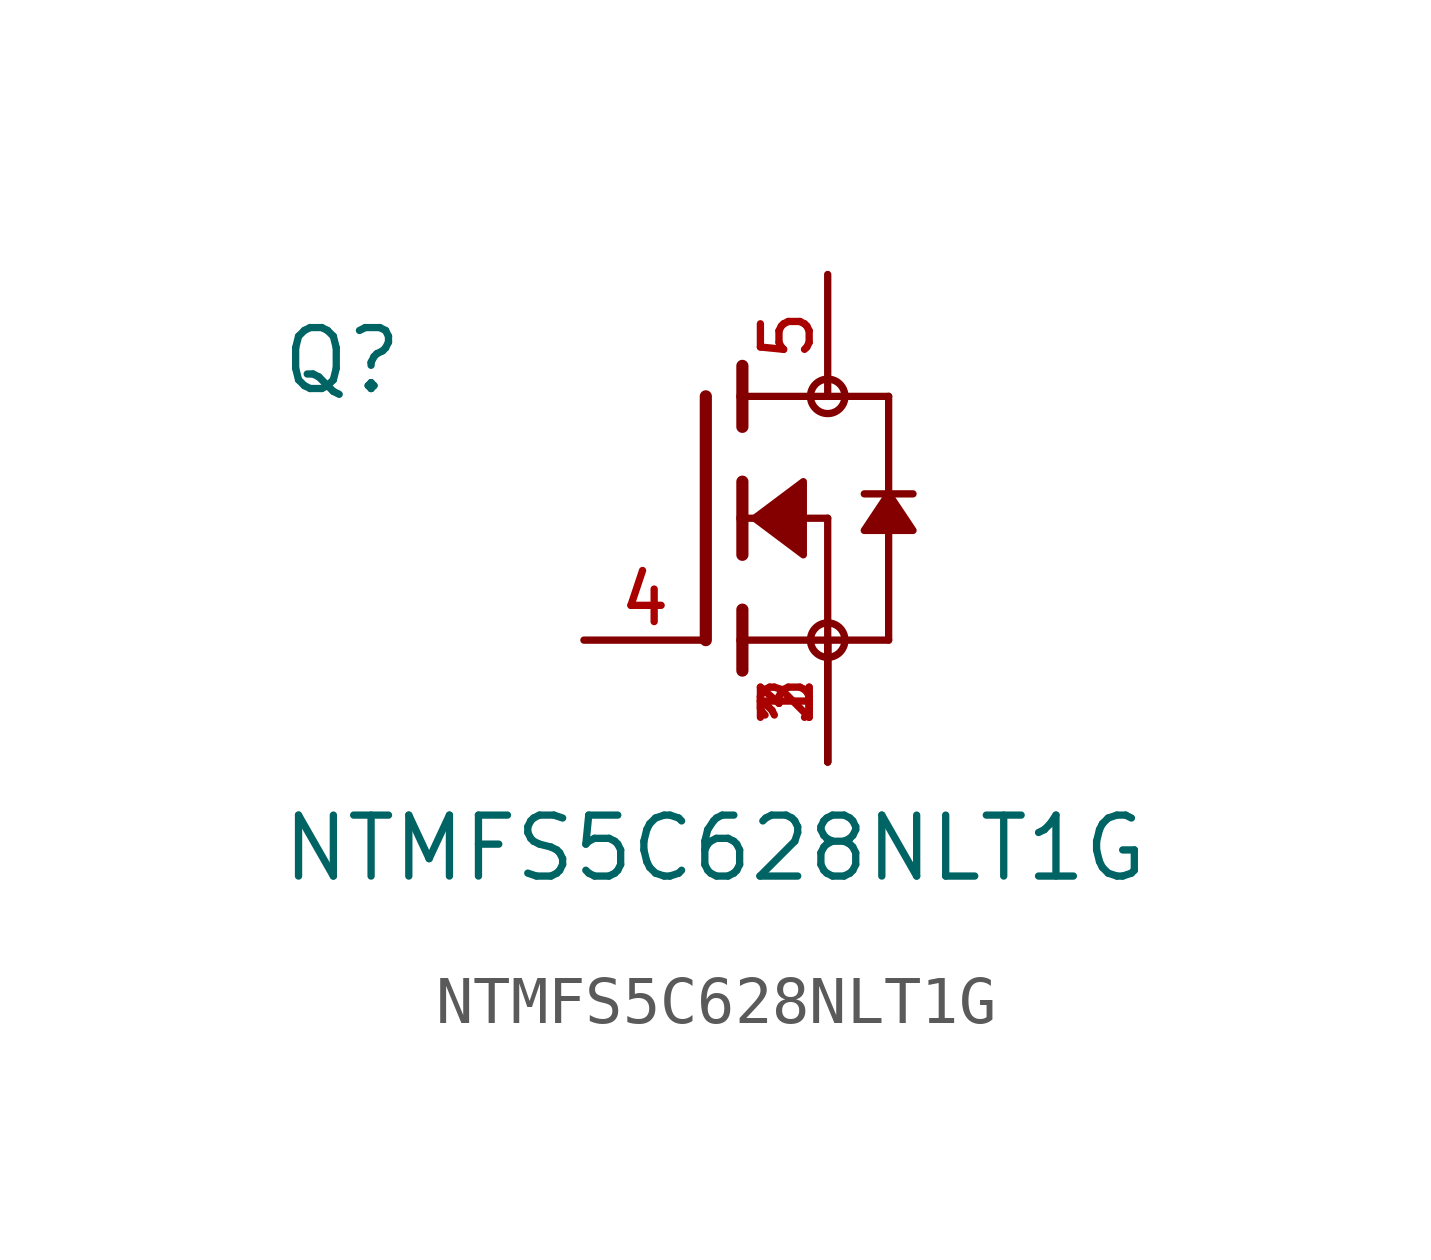
<source format=kicad_sym>
(kicad_symbol_lib
  (version 20211014)
  (generator kicad_symbol_editor)
  (symbol "NTMFS5C628NLT1G"
    (pin_names
      (offset 1.016))
    (property "Reference" "Q"
      (at -11.43 2.54 0)
      (effects (font (size 1.27 1.27)) (justify bottom left)))
    (property "Value" "NTMFS5C628NLT1G"
      (at -11.43 -7.62 0)
      (effects (font (size 1.27 1.27)) (justify bottom left)))
    (symbol "NTMFS5C628NLT1G_0_0"
      (polyline (pts (xy -1.778 0.762) (xy -1.778 0.0)) (stroke (width 0.254)))
      (polyline (pts (xy -1.778 0.0) (xy -1.778 -0.762)) (stroke (width 0.254)))
      (polyline (pts (xy -1.778 3.175) (xy -1.778 2.54)) (stroke (width 0.254)))
      (polyline (pts (xy -1.778 2.54) (xy -1.778 1.905)) (stroke (width 0.254)))
      (polyline (pts (xy -1.778 0.0) (xy 0.0 0.0)) (stroke (width 0.152)))
      (polyline (pts (xy 0.0 0.0) (xy 0.0 -2.54)) (stroke (width 0.152)))
      (polyline (pts (xy -1.778 -1.905) (xy -1.778 -2.54)) (stroke (width 0.254)))
      (polyline (pts (xy -1.778 -2.54) (xy -1.778 -3.175)) (stroke (width 0.254)))
      (polyline (pts (xy -2.54 2.54) (xy -2.54 -2.54)) (stroke (width 0.254)))
      (polyline (pts (xy 0.0 -2.54) (xy -1.778 -2.54)) (stroke (width 0.152)))
      (polyline (pts (xy 1.27 2.54) (xy 1.27 0.508)) (stroke (width 0.152)))
      (polyline (pts (xy 1.27 0.508) (xy 1.27 -2.54)) (stroke (width 0.152)))
      (polyline (pts (xy 0.0 -2.54) (xy 1.27 -2.54)) (stroke (width 0.152)))
      (polyline (pts (xy -1.778 2.54) (xy 1.27 2.54)) (stroke (width 0.152)))
      (polyline (pts (xy 1.778 0.508) (xy 1.27 0.508)) (stroke (width 0.152)))
      (polyline (pts (xy 1.27 0.508) (xy 0.762 0.508)) (stroke (width 0.152)))
      (circle (center 0.0 -2.54) (radius 0.359) (stroke (width 0.0)) (fill (type none)))
      (circle (center 0.0 2.54) (radius 0.359) (stroke (width 0.0)) (fill (type none)))
      (polyline (pts (xy 1.27 0.508) (xy 0.762 -0.254) (xy 1.778 -0.254) (xy 1.27 0.508)) (stroke (width 0.152)) (fill (type outline)))
      (polyline (pts (xy -1.524 0.0) (xy -0.508 0.762) (xy -0.508 -0.762) (xy -1.524 0.0)) (stroke (width 0.152)) (fill (type outline)))
      (pin passive line (at 0.0 -5.08 90.0) (length 2.54) (name "~" (effects (font (size 1.016 1.016)))) (number "1" (effects (font (size 1.016 1.016)))))
      (pin passive line (at 0.0 -5.08 90.0) (length 2.54) (name "~" (effects (font (size 1.016 1.016)))) (number "2" (effects (font (size 1.016 1.016)))))
      (pin passive line (at 0.0 -5.08 90.0) (length 2.54) (name "~" (effects (font (size 1.016 1.016)))) (number "3" (effects (font (size 1.016 1.016)))))
      (pin passive line (at -5.08 -2.54 0) (length 2.54) (name "~" (effects (font (size 1.016 1.016)))) (number "4" (effects (font (size 1.016 1.016)))))
      (pin passive line (at 0.0 5.08 270.0) (length 2.54) (name "~" (effects (font (size 1.016 1.016)))) (number "5" (effects (font (size 1.016 1.016))))))))
</source>
